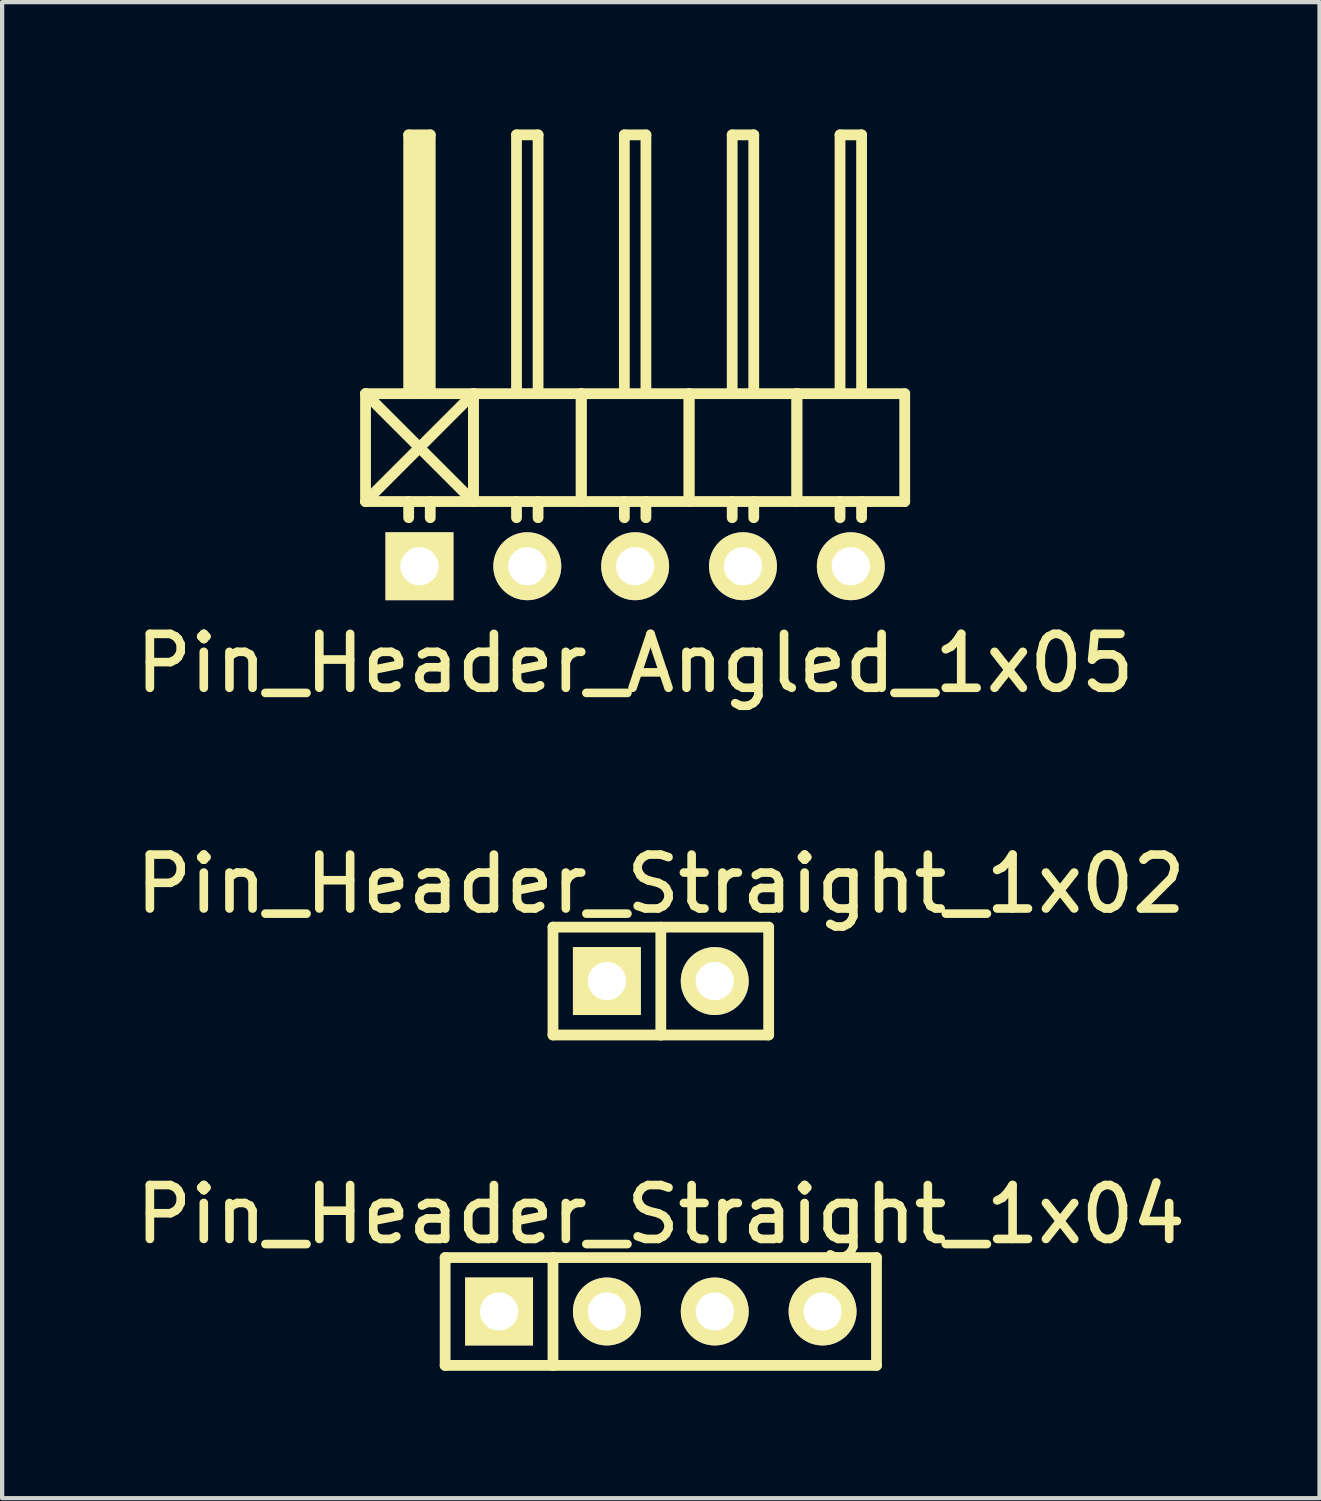
<source format=kicad_pcb>
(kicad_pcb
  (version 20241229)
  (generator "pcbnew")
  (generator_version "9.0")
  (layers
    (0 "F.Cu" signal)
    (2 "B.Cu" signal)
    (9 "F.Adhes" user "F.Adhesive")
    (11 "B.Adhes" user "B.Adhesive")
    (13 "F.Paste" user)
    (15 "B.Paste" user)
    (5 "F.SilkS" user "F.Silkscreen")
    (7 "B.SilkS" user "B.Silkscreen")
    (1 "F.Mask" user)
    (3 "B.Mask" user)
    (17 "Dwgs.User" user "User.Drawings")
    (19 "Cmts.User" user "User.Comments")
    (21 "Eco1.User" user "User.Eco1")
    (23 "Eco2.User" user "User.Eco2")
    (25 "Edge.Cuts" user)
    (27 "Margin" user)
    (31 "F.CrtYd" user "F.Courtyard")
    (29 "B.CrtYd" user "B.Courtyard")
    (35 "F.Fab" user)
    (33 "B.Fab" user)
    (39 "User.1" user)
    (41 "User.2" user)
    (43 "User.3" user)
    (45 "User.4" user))
  (footprint "Pin_Header_Angled_1x05"
    (layer "F.Cu")
    (at 11.91 10.287)
    (property "Reference" "Pin_Header_Angled_1x05" (at 0 2.286 0) (layer "F.SilkS") (effects (font (size 1.27 1.27) (thickness 0.203))))
    (attr through_hole)
    (fp_line (start -6.35 -4.064) (end -3.81 -1.524) (stroke (width 0.254) (type solid)) (layer "F.SilkS"))
    (fp_line (start -6.35 -1.524) (end -6.35 -4.064) (stroke (width 0.254) (type solid)) (layer "F.SilkS"))
    (fp_line (start -6.35 -1.524) (end -3.81 -1.524) (stroke (width 0.254) (type solid)) (layer "F.SilkS"))
    (fp_line (start -5.334 -10.16) (end -4.826 -10.16) (stroke (width 0.254) (type solid)) (layer "F.SilkS"))
    (fp_line (start -5.334 -4.064) (end -5.334 -10.16) (stroke (width 0.254) (type solid)) (layer "F.SilkS"))
    (fp_line (start -5.334 -1.524) (end -5.334 -1.143) (stroke (width 0.254) (type solid)) (layer "F.SilkS"))
    (fp_line (start -5.207 -10.033) (end -4.953 -10.033) (stroke (width 0.254) (type solid)) (layer "F.SilkS"))
    (fp_line (start -5.207 -4.191) (end -5.207 -10.033) (stroke (width 0.254) (type solid)) (layer "F.SilkS"))
    (fp_line (start -5.08 -4.191) (end -5.08 -10.033) (stroke (width 0.254) (type solid)) (layer "F.SilkS"))
    (fp_line (start -4.953 -10.033) (end -4.953 -4.191) (stroke (width 0.254) (type solid)) (layer "F.SilkS"))
    (fp_line (start -4.953 -4.191) (end -5.08 -4.191) (stroke (width 0.254) (type solid)) (layer "F.SilkS"))
    (fp_line (start -4.826 -10.16) (end -4.826 -4.064) (stroke (width 0.254) (type solid)) (layer "F.SilkS"))
    (fp_line (start -4.826 -1.524) (end -4.826 -1.143) (stroke (width 0.254) (type solid)) (layer "F.SilkS"))
    (fp_line (start -3.81 -4.064) (end -6.35 -4.064) (stroke (width 0.254) (type solid)) (layer "F.SilkS"))
    (fp_line (start -3.81 -4.064) (end -6.35 -1.524) (stroke (width 0.254) (type solid)) (layer "F.SilkS"))
    (fp_line (start -3.81 -1.524) (end -3.81 -4.064) (stroke (width 0.254) (type solid)) (layer "F.SilkS"))
    (fp_line (start -3.81 -1.524) (end -3.81 -4.064) (stroke (width 0.254) (type solid)) (layer "F.SilkS"))
    (fp_line (start -3.81 -1.524) (end -1.27 -1.524) (stroke (width 0.254) (type solid)) (layer "F.SilkS"))
    (fp_line (start -2.794 -10.16) (end -2.286 -10.16) (stroke (width 0.254) (type solid)) (layer "F.SilkS"))
    (fp_line (start -2.794 -4.064) (end -2.794 -10.16) (stroke (width 0.254) (type solid)) (layer "F.SilkS"))
    (fp_line (start -2.794 -1.524) (end -2.794 -1.143) (stroke (width 0.254) (type solid)) (layer "F.SilkS"))
    (fp_line (start -2.286 -10.16) (end -2.286 -4.064) (stroke (width 0.254) (type solid)) (layer "F.SilkS"))
    (fp_line (start -2.286 -1.524) (end -2.286 -1.143) (stroke (width 0.254) (type solid)) (layer "F.SilkS"))
    (fp_line (start -1.27 -4.064) (end -3.81 -4.064) (stroke (width 0.254) (type solid)) (layer "F.SilkS"))
    (fp_line (start -1.27 -1.524) (end -1.27 -4.064) (stroke (width 0.254) (type solid)) (layer "F.SilkS"))
    (fp_line (start -1.27 -1.524) (end -1.27 -4.064) (stroke (width 0.254) (type solid)) (layer "F.SilkS"))
    (fp_line (start -1.27 -1.524) (end 1.27 -1.524) (stroke (width 0.254) (type solid)) (layer "F.SilkS"))
    (fp_line (start -0.254 -10.16) (end 0.254 -10.16) (stroke (width 0.254) (type solid)) (layer "F.SilkS"))
    (fp_line (start -0.254 -4.064) (end -0.254 -10.16) (stroke (width 0.254) (type solid)) (layer "F.SilkS"))
    (fp_line (start -0.254 -1.524) (end -0.254 -1.143) (stroke (width 0.254) (type solid)) (layer "F.SilkS"))
    (fp_line (start 0.254 -10.16) (end 0.254 -4.064) (stroke (width 0.254) (type solid)) (layer "F.SilkS"))
    (fp_line (start 0.254 -1.524) (end 0.254 -1.143) (stroke (width 0.254) (type solid)) (layer "F.SilkS"))
    (fp_line (start 1.27 -4.064) (end -1.27 -4.064) (stroke (width 0.254) (type solid)) (layer "F.SilkS"))
    (fp_line (start 1.27 -1.524) (end 1.27 -4.064) (stroke (width 0.254) (type solid)) (layer "F.SilkS"))
    (fp_line (start 1.27 -1.524) (end 1.27 -4.064) (stroke (width 0.254) (type solid)) (layer "F.SilkS"))
    (fp_line (start 1.27 -1.524) (end 3.81 -1.524) (stroke (width 0.254) (type solid)) (layer "F.SilkS"))
    (fp_line (start 2.286 -10.16) (end 2.794 -10.16) (stroke (width 0.254) (type solid)) (layer "F.SilkS"))
    (fp_line (start 2.286 -4.064) (end 2.286 -10.16) (stroke (width 0.254) (type solid)) (layer "F.SilkS"))
    (fp_line (start 2.286 -1.524) (end 2.286 -1.143) (stroke (width 0.254) (type solid)) (layer "F.SilkS"))
    (fp_line (start 2.794 -10.16) (end 2.794 -4.064) (stroke (width 0.254) (type solid)) (layer "F.SilkS"))
    (fp_line (start 2.794 -1.524) (end 2.794 -1.143) (stroke (width 0.254) (type solid)) (layer "F.SilkS"))
    (fp_line (start 3.81 -4.064) (end 1.27 -4.064) (stroke (width 0.254) (type solid)) (layer "F.SilkS"))
    (fp_line (start 3.81 -1.524) (end 3.81 -4.064) (stroke (width 0.254) (type solid)) (layer "F.SilkS"))
    (fp_line (start 3.81 -1.524) (end 3.81 -4.064) (stroke (width 0.254) (type solid)) (layer "F.SilkS"))
    (fp_line (start 3.81 -1.524) (end 6.35 -1.524) (stroke (width 0.254) (type solid)) (layer "F.SilkS"))
    (fp_line (start 4.826 -10.16) (end 5.334 -10.16) (stroke (width 0.254) (type solid)) (layer "F.SilkS"))
    (fp_line (start 4.826 -4.064) (end 4.826 -10.16) (stroke (width 0.254) (type solid)) (layer "F.SilkS"))
    (fp_line (start 4.826 -1.524) (end 4.826 -1.143) (stroke (width 0.254) (type solid)) (layer "F.SilkS"))
    (fp_line (start 5.334 -10.16) (end 5.334 -4.064) (stroke (width 0.254) (type solid)) (layer "F.SilkS"))
    (fp_line (start 5.334 -1.524) (end 5.334 -1.143) (stroke (width 0.254) (type solid)) (layer "F.SilkS"))
    (fp_line (start 6.35 -4.064) (end 3.81 -4.064) (stroke (width 0.254) (type solid)) (layer "F.SilkS"))
    (fp_line (start 6.35 -1.524) (end 6.35 -4.064) (stroke (width 0.254) (type solid)) (layer "F.SilkS"))
    (pad "1" thru_hole rect (at -5.08 0) (size 1.6 1.6) (drill 0.9) (layers "*.Cu" "*.Mask" "F.SilkS"))
    (pad "2" thru_hole circle (at -2.54 0) (size 1.6 1.6) (drill 0.9) (layers "*.Cu" "*.Mask" "F.SilkS"))
    (pad "3" thru_hole circle (at 0 0) (size 1.6 1.6) (drill 0.9) (layers "*.Cu" "*.Mask" "F.SilkS"))
    (pad "4" thru_hole circle (at 2.54 0) (size 1.6 1.6) (drill 0.9) (layers "*.Cu" "*.Mask" "F.SilkS"))
    (pad "5" thru_hole circle (at 5.08 0) (size 1.6 1.6) (drill 0.9) (layers "*.Cu" "*.Mask" "F.SilkS")))
  (footprint "Pin_Header_Straight_1x04"
    (layer "F.Cu")
    (at 12.515 27.841)
    (property "Reference" "Pin_Header_Straight_1x04" (at 0 -2.286 0) (layer "F.SilkS") (effects (font (size 1.27 1.27) (thickness 0.203))))
    (attr through_hole)
    (fp_line (start -5.08 -1.27) (end -5.08 1.27) (stroke (width 0.254) (type solid)) (layer "F.SilkS"))
    (fp_line (start -5.08 -1.27) (end -2.54 -1.27) (stroke (width 0.254) (type solid)) (layer "F.SilkS"))
    (fp_line (start -5.08 1.27) (end -2.54 1.27) (stroke (width 0.254) (type solid)) (layer "F.SilkS"))
    (fp_line (start -2.54 -1.27) (end -2.54 1.27) (stroke (width 0.254) (type solid)) (layer "F.SilkS"))
    (fp_line (start -2.54 -1.27) (end 5.08 -1.27) (stroke (width 0.254) (type solid)) (layer "F.SilkS"))
    (fp_line (start -2.54 1.27) (end 5.08 1.27) (stroke (width 0.254) (type solid)) (layer "F.SilkS"))
    (fp_line (start 5.08 1.27) (end 5.08 -1.27) (stroke (width 0.254) (type solid)) (layer "F.SilkS"))
    (pad "1" thru_hole rect (at -3.81 0) (size 1.6 1.6) (drill 0.9) (layers "*.Cu" "*.Mask" "F.SilkS"))
    (pad "2" thru_hole circle (at -1.27 0) (size 1.6 1.6) (drill 0.9) (layers "*.Cu" "*.Mask" "F.SilkS"))
    (pad "3" thru_hole circle (at 1.27 0) (size 1.6 1.6) (drill 0.9) (layers "*.Cu" "*.Mask" "F.SilkS"))
    (pad "4" thru_hole circle (at 3.81 0) (size 1.6 1.6) (drill 0.9) (layers "*.Cu" "*.Mask" "F.SilkS")))
  (footprint "Pin_Header_Straight_1x02"
    (layer "F.Cu")
    (at 12.515 20.058)
    (property "Reference" "Pin_Header_Straight_1x02" (at 0 -2.286 0) (layer "F.SilkS") (effects (font (size 1.27 1.27) (thickness 0.203))))
    (attr through_hole)
    (fp_line (start -2.54 -1.27) (end -2.54 1.27) (stroke (width 0.254) (type solid)) (layer "F.SilkS"))
    (fp_line (start -2.54 1.27) (end 0 1.27) (stroke (width 0.254) (type solid)) (layer "F.SilkS"))
    (fp_line (start 0 -1.27) (end 0 1.27) (stroke (width 0.254) (type solid)) (layer "F.SilkS"))
    (fp_line (start 0 1.27) (end 2.54 1.27) (stroke (width 0.254) (type solid)) (layer "F.SilkS"))
    (fp_line (start 2.54 -1.27) (end -2.54 -1.27) (stroke (width 0.254) (type solid)) (layer "F.SilkS"))
    (fp_line (start 2.54 1.27) (end 2.54 -1.27) (stroke (width 0.254) (type solid)) (layer "F.SilkS"))
    (pad "1" thru_hole rect (at -1.27 0) (size 1.6 1.6) (drill 0.9) (layers "*.Cu" "*.Mask" "F.SilkS"))
    (pad "2" thru_hole circle (at 1.27 0) (size 1.6 1.6) (drill 0.9) (layers "*.Cu" "*.Mask" "F.SilkS")))
  (gr_rect
    (start -3 -3)
    (end 28.03 32.238)
    (stroke (width 0.1) (type default))
    (fill no)
    (layer "Edge.Cuts")))
</source>
